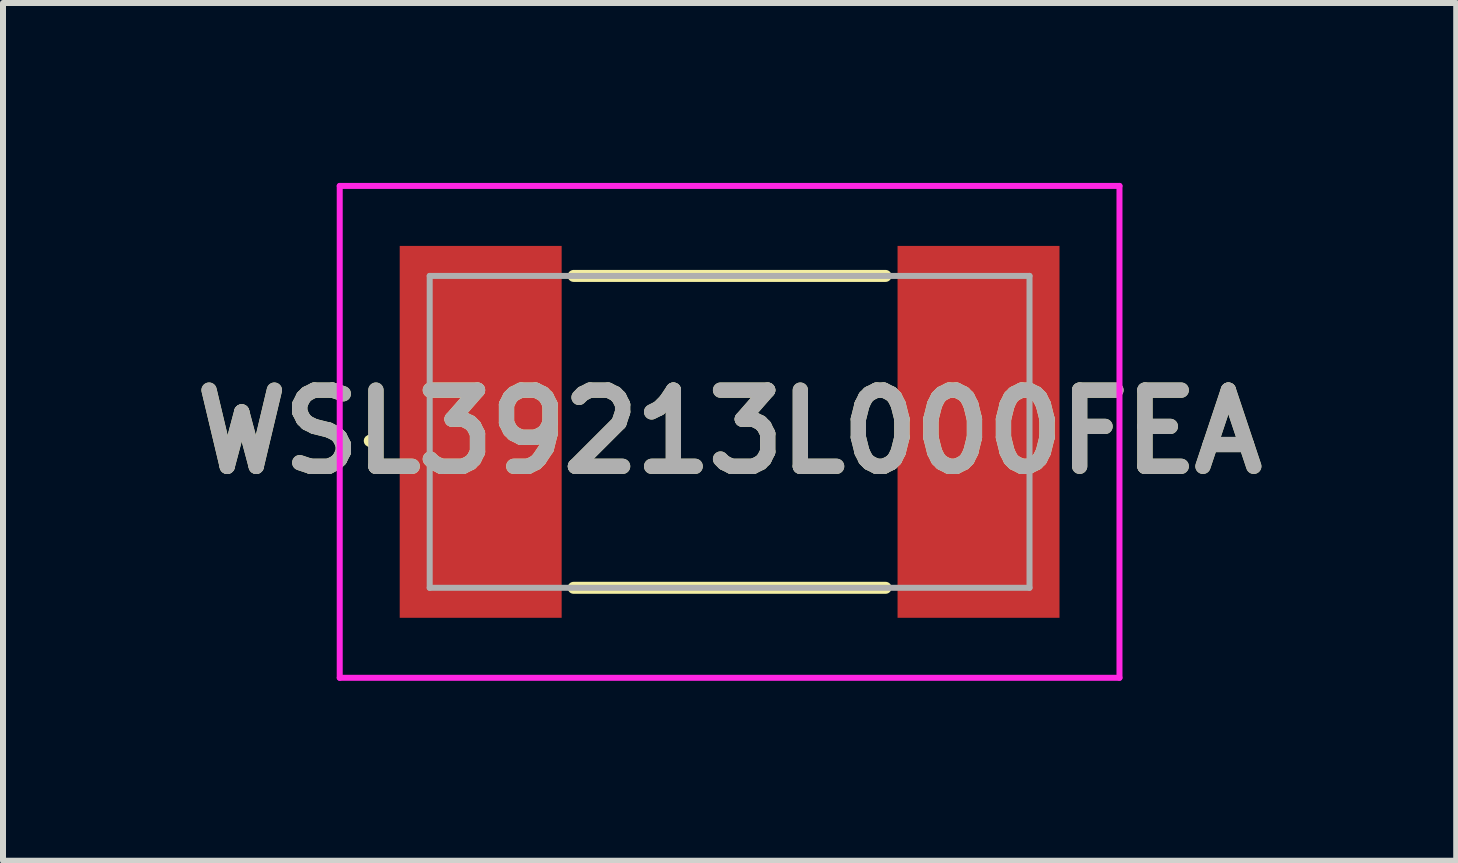
<source format=kicad_pcb>
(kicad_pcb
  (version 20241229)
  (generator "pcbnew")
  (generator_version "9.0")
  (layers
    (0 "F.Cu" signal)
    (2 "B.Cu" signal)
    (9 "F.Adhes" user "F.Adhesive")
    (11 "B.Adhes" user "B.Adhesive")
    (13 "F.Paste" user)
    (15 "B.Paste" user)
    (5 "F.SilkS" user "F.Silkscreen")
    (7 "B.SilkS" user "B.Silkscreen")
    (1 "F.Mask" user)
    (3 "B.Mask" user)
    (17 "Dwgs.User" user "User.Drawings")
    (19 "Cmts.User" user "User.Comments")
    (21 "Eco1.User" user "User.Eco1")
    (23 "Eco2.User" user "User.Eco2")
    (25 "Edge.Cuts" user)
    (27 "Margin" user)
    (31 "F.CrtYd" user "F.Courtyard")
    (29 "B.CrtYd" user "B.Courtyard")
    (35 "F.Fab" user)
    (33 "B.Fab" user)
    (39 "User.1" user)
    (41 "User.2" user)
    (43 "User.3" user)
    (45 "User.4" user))
  (footprint "WSL39213L000FEA"
    (layer "F.Cu")
    (at 9.114 4.15)
    (property "Reference" "WSL39213L000FEA" (at 0 0 0) (layer "F.SilkS") (effects (font (size 1.27 1.27) (thickness 0.254))))
    (attr smd)
    (fp_line (start -6 0.1) (end -6 0.1) (stroke (width 0.1) (type solid)) (layer "F.SilkS"))
    (fp_line (start -6 0.2) (end -6 0.2) (stroke (width 0.1) (type solid)) (layer "F.SilkS"))
    (fp_line (start -2.6 -2.6) (end 2.6 -2.6) (stroke (width 0.2) (type solid)) (layer "F.SilkS"))
    (fp_line (start -2.6 2.6) (end 2.6 2.6) (stroke (width 0.2) (type solid)) (layer "F.SilkS"))
    (fp_arc (start -6 0.1) (mid -5.95 0.15) (end -6 0.2) (stroke (width 0.1) (type solid)) (layer "F.SilkS"))
    (fp_arc (start -6 0.2) (mid -6.05 0.15) (end -6 0.1) (stroke (width 0.1) (type solid)) (layer "F.SilkS"))
    (fp_line (start -6.5 -4.1) (end 6.5 -4.1) (stroke (width 0.1) (type solid)) (layer "F.CrtYd"))
    (fp_line (start -6.5 4.1) (end -6.5 -4.1) (stroke (width 0.1) (type solid)) (layer "F.CrtYd"))
    (fp_line (start 6.5 -4.1) (end 6.5 4.1) (stroke (width 0.1) (type solid)) (layer "F.CrtYd"))
    (fp_line (start 6.5 4.1) (end -6.5 4.1) (stroke (width 0.1) (type solid)) (layer "F.CrtYd"))
    (fp_line (start -5 -2.6) (end 5 -2.6) (stroke (width 0.1) (type solid)) (layer "F.Fab"))
    (fp_line (start -5 2.6) (end -5 -2.6) (stroke (width 0.1) (type solid)) (layer "F.Fab"))
    (fp_line (start 5 -2.6) (end 5 2.6) (stroke (width 0.1) (type solid)) (layer "F.Fab"))
    (fp_line (start 5 2.6) (end -5 2.6) (stroke (width 0.1) (type solid)) (layer "F.Fab"))
    (fp_text user "${REFERENCE}" (at 0 0 0) (layer "F.Fab") (effects (font (size 1.27 1.27) (thickness 0.254))))
    (pad "1" smd rect (at -4.15 0) (size 2.7 6.2) (layers "F.Cu" "F.Mask" "F.Paste"))
    (pad "2" smd rect (at 4.15 0) (size 2.7 6.2) (layers "F.Cu" "F.Mask" "F.Paste")))
  (gr_rect
    (start -3 -3)
    (end 21.228 11.3)
    (stroke (width 0.1) (type default))
    (fill no)
    (layer "Edge.Cuts")))
</source>
